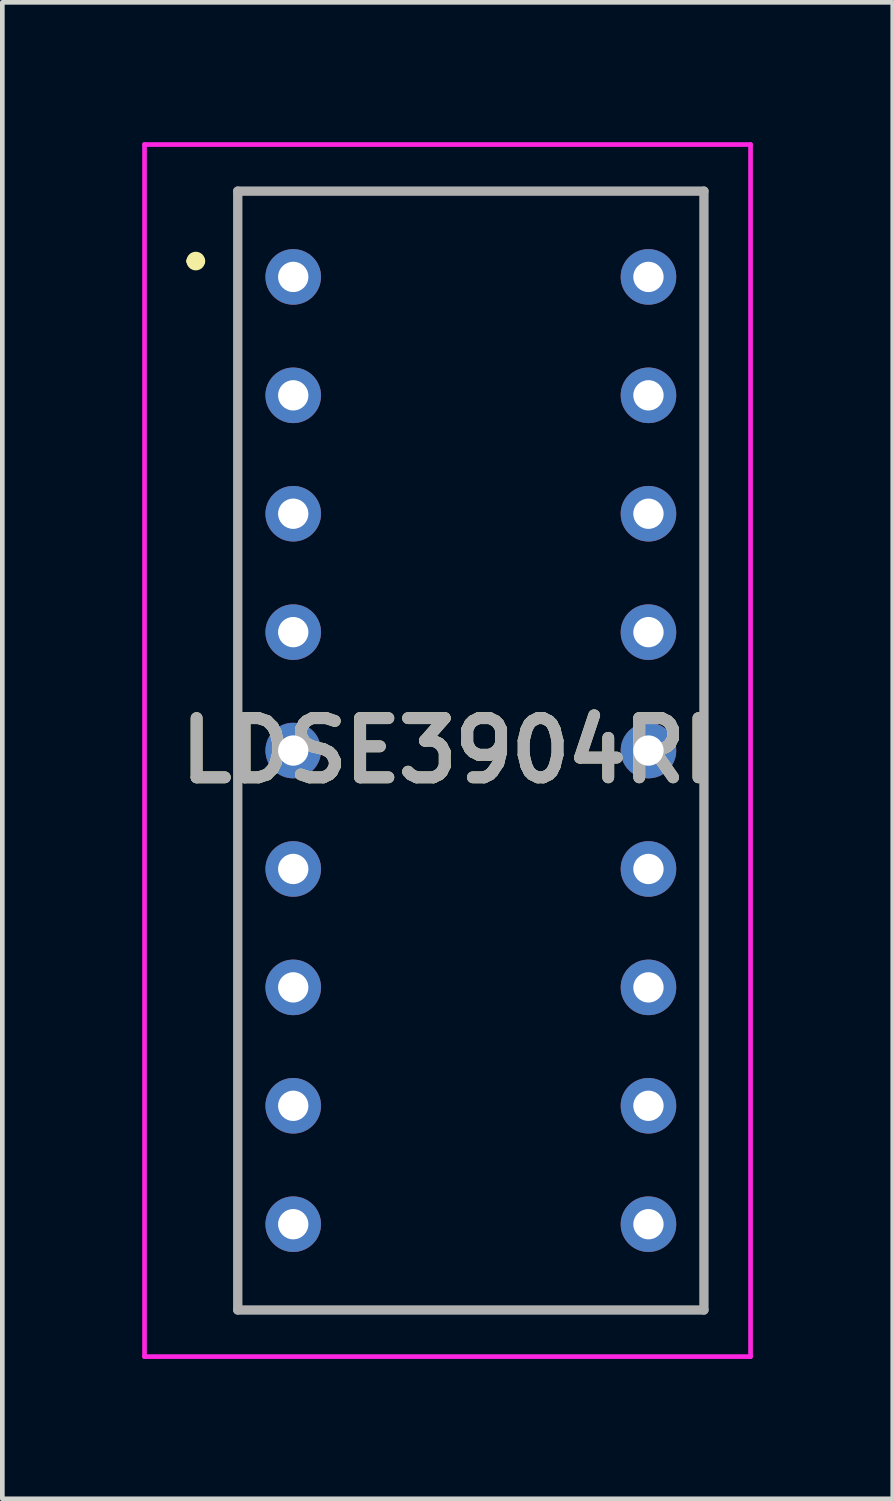
<source format=kicad_pcb>
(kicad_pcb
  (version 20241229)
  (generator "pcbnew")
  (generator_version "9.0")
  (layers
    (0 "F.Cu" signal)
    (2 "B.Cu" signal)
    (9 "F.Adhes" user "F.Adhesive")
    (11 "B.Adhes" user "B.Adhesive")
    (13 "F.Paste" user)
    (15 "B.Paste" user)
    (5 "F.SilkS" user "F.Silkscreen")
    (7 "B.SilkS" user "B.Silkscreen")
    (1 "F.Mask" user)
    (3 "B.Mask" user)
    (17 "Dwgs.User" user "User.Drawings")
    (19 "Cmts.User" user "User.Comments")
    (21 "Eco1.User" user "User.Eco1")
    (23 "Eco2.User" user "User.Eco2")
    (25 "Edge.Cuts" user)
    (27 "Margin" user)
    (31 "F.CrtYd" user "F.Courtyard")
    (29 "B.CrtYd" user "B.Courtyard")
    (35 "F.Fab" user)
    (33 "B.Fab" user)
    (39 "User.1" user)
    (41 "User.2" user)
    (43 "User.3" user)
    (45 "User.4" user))
  (footprint "LDSE3904RI"
    (layer "F.Cu")
    (at 3.24 2.89)
    (property "Reference" "LDSE3904RI" (at 3.31 10.16 0) (layer "F.SilkS") (effects (font (size 1.27 1.27) (thickness 0.254))))
    (attr through_hole)
    (fp_line (start -2.19 -0.34) (end -2.19 -0.34) (stroke (width 0.2) (type solid)) (layer "F.SilkS"))
    (fp_line (start -1.99 -0.34) (end -1.99 -0.34) (stroke (width 0.2) (type solid)) (layer "F.SilkS"))
    (fp_line (start -1.19 -1.84) (end 8.81 -1.84) (stroke (width 0.1) (type solid)) (layer "F.SilkS"))
    (fp_line (start -1.19 22.16) (end -1.19 -1.84) (stroke (width 0.1) (type solid)) (layer "F.SilkS"))
    (fp_line (start 8.81 -1.84) (end 8.81 22.16) (stroke (width 0.1) (type solid)) (layer "F.SilkS"))
    (fp_line (start 8.81 22.16) (end -1.19 22.16) (stroke (width 0.1) (type solid)) (layer "F.SilkS"))
    (fp_arc (start -2.19 -0.34) (mid -2.09 -0.44) (end -1.99 -0.34) (stroke (width 0.2) (type solid)) (layer "F.SilkS"))
    (fp_arc (start -1.99 -0.34) (mid -2.09 -0.24) (end -2.19 -0.34) (stroke (width 0.2) (type solid)) (layer "F.SilkS"))
    (fp_line (start -3.19 -2.84) (end 9.81 -2.84) (stroke (width 0.1) (type solid)) (layer "F.CrtYd"))
    (fp_line (start -3.19 23.16) (end -3.19 -2.84) (stroke (width 0.1) (type solid)) (layer "F.CrtYd"))
    (fp_line (start 9.81 -2.84) (end 9.81 23.16) (stroke (width 0.1) (type solid)) (layer "F.CrtYd"))
    (fp_line (start 9.81 23.16) (end -3.19 23.16) (stroke (width 0.1) (type solid)) (layer "F.CrtYd"))
    (fp_line (start -1.19 -1.84) (end 8.81 -1.84) (stroke (width 0.2) (type solid)) (layer "F.Fab"))
    (fp_line (start -1.19 22.16) (end -1.19 -1.84) (stroke (width 0.2) (type solid)) (layer "F.Fab"))
    (fp_line (start 8.81 -1.84) (end 8.81 22.16) (stroke (width 0.2) (type solid)) (layer "F.Fab"))
    (fp_line (start 8.81 22.16) (end -1.19 22.16) (stroke (width 0.2) (type solid)) (layer "F.Fab"))
    (fp_text user "${REFERENCE}" (at 3.31 10.16 0) (layer "F.Fab") (effects (font (size 1.27 1.27) (thickness 0.254))))
    (pad "1" thru_hole circle (at 0 0) (size 1.192 1.192) (drill 0.65) (layers "*.Cu" "*.Mask"))
    (pad "2" thru_hole circle (at 0 2.54) (size 1.192 1.192) (drill 0.65) (layers "*.Cu" "*.Mask"))
    (pad "3" thru_hole circle (at 0 5.08) (size 1.192 1.192) (drill 0.65) (layers "*.Cu" "*.Mask"))
    (pad "4" thru_hole circle (at 0 7.62) (size 1.192 1.192) (drill 0.65) (layers "*.Cu" "*.Mask"))
    (pad "5" thru_hole circle (at 0 10.16) (size 1.192 1.192) (drill 0.65) (layers "*.Cu" "*.Mask"))
    (pad "6" thru_hole circle (at 0 12.7) (size 1.192 1.192) (drill 0.65) (layers "*.Cu" "*.Mask"))
    (pad "7" thru_hole circle (at 0 15.24) (size 1.192 1.192) (drill 0.65) (layers "*.Cu" "*.Mask"))
    (pad "8" thru_hole circle (at 0 17.78) (size 1.192 1.192) (drill 0.65) (layers "*.Cu" "*.Mask"))
    (pad "9" thru_hole circle (at 0 20.32) (size 1.192 1.192) (drill 0.65) (layers "*.Cu" "*.Mask"))
    (pad "10" thru_hole circle (at 7.62 20.32) (size 1.192 1.192) (drill 0.65) (layers "*.Cu" "*.Mask"))
    (pad "11" thru_hole circle (at 7.62 17.78) (size 1.192 1.192) (drill 0.65) (layers "*.Cu" "*.Mask"))
    (pad "12" thru_hole circle (at 7.62 15.24) (size 1.192 1.192) (drill 0.65) (layers "*.Cu" "*.Mask"))
    (pad "13" thru_hole circle (at 7.62 12.7) (size 1.192 1.192) (drill 0.65) (layers "*.Cu" "*.Mask"))
    (pad "14" thru_hole circle (at 7.62 10.16) (size 1.192 1.192) (drill 0.65) (layers "*.Cu" "*.Mask"))
    (pad "15" thru_hole circle (at 7.62 7.62) (size 1.192 1.192) (drill 0.65) (layers "*.Cu" "*.Mask"))
    (pad "16" thru_hole circle (at 7.62 5.08) (size 1.192 1.192) (drill 0.65) (layers "*.Cu" "*.Mask"))
    (pad "17" thru_hole circle (at 7.62 2.54) (size 1.192 1.192) (drill 0.65) (layers "*.Cu" "*.Mask"))
    (pad "18" thru_hole circle (at 7.62 0) (size 1.192 1.192) (drill 0.65) (layers "*.Cu" "*.Mask")))
  (gr_rect
    (start -3 -3)
    (end 16.1 29.1)
    (stroke (width 0.1) (type default))
    (fill no)
    (layer "Edge.Cuts")))
</source>
